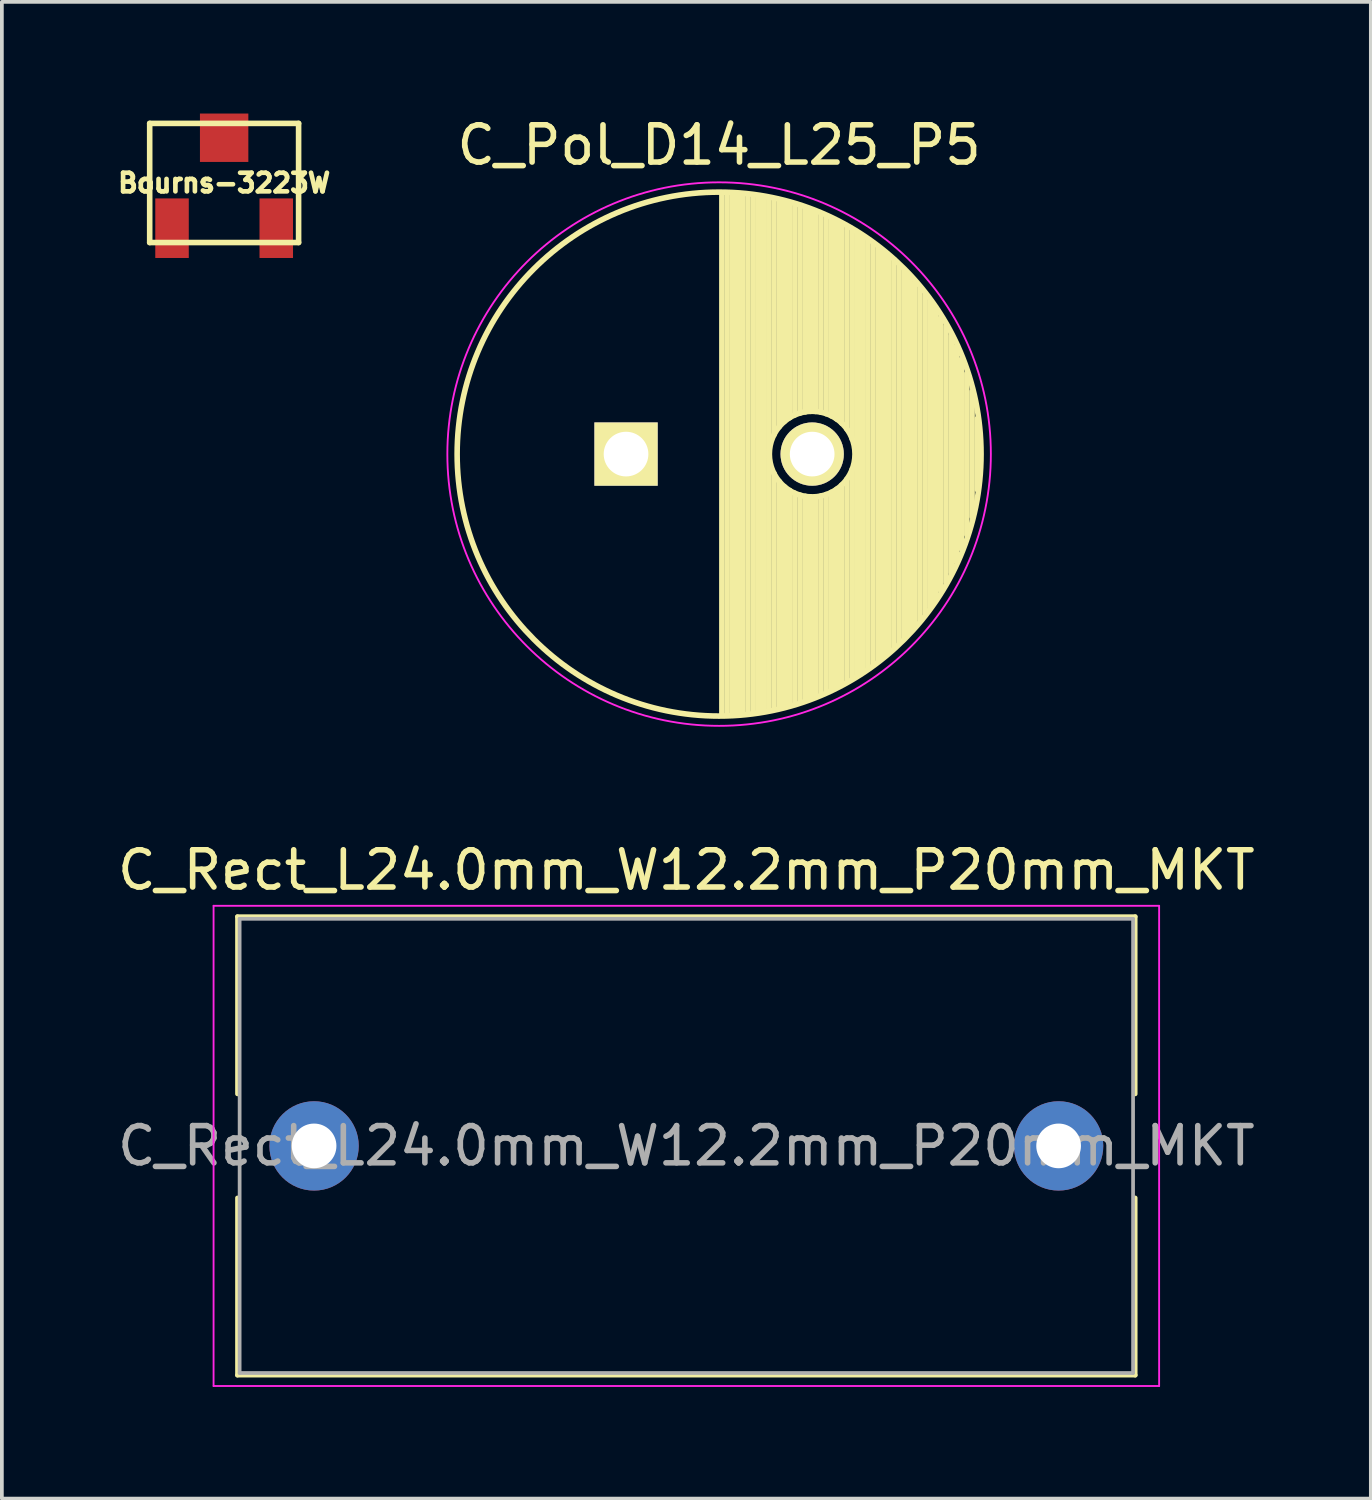
<source format=kicad_pcb>
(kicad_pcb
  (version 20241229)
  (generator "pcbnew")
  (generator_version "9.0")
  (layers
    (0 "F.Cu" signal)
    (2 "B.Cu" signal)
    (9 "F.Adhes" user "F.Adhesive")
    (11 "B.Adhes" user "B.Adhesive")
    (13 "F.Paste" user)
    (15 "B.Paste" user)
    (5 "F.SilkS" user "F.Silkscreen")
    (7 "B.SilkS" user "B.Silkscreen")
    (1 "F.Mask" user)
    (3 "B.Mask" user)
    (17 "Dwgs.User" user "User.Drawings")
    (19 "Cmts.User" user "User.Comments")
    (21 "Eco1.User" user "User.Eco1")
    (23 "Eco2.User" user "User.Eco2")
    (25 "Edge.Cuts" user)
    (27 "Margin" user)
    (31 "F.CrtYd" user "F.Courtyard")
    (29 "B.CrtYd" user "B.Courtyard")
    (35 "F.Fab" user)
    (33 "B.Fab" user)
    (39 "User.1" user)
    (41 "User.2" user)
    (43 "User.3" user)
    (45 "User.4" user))
  (footprint "C_Rect_L24.0mm_W12.2mm_P20mm_MKT"
    (layer "F.Cu")
    (at 4.137 27.732)
    (property "Reference" "C_Rect_L24.0mm_W12.2mm_P20mm_MKT" (at 11.25 -7.41 0) (layer "F.SilkS") (effects (font (size 1 1) (thickness 0.15))))
    (attr through_hole)
    (fp_line (start -0.81 -6.16) (end -0.81 -1.395) (stroke (width 0.12) (type solid)) (layer "F.SilkS"))
    (fp_line (start -0.81 -6.16) (end 23.31 -6.16) (stroke (width 0.12) (type solid)) (layer "F.SilkS"))
    (fp_line (start -0.81 1.395) (end -0.81 6.16) (stroke (width 0.12) (type solid)) (layer "F.SilkS"))
    (fp_line (start -0.81 6.16) (end 23.31 6.16) (stroke (width 0.12) (type solid)) (layer "F.SilkS"))
    (fp_line (start 23.31 -6.16) (end 23.31 -1.395) (stroke (width 0.12) (type solid)) (layer "F.SilkS"))
    (fp_line (start 23.31 1.395) (end 23.31 6.16) (stroke (width 0.12) (type solid)) (layer "F.SilkS"))
    (fp_line (start -1.45 -6.45) (end -1.45 6.45) (stroke (width 0.05) (type solid)) (layer "F.CrtYd"))
    (fp_line (start -1.45 6.45) (end 23.95 6.45) (stroke (width 0.05) (type solid)) (layer "F.CrtYd"))
    (fp_line (start 23.95 -6.45) (end -1.45 -6.45) (stroke (width 0.05) (type solid)) (layer "F.CrtYd"))
    (fp_line (start 23.95 6.45) (end 23.95 -6.45) (stroke (width 0.05) (type solid)) (layer "F.CrtYd"))
    (fp_line (start -0.75 -6.1) (end -0.75 6.1) (stroke (width 0.1) (type solid)) (layer "F.Fab"))
    (fp_line (start -0.75 6.1) (end 23.25 6.1) (stroke (width 0.1) (type solid)) (layer "F.Fab"))
    (fp_line (start 23.25 -6.1) (end -0.75 -6.1) (stroke (width 0.1) (type solid)) (layer "F.Fab"))
    (fp_line (start 23.25 6.1) (end 23.25 -6.1) (stroke (width 0.1) (type solid)) (layer "F.Fab"))
    (fp_text user "${REFERENCE}" (at 11.25 0 0) (layer "F.Fab") (effects (font (size 1 1) (thickness 0.15))))
    (pad "1" thru_hole circle (at 1.25 0) (size 2.4 2.4) (drill 1.2) (layers "*.Cu" "*.Mask"))
    (pad "2" thru_hole circle (at 21.25 0) (size 2.4 2.4) (drill 1.2) (layers "*.Cu" "*.Mask")))
  (footprint "Bourns-3223W"
    (layer "F.Cu")
    (at 2.971 1.865)
    (property "Reference" "Bourns-3223W" (at 0 0 0) (layer "F.SilkS") (effects (font (size 0.5 0.5) (thickness 0.125))))
    (attr through_hole)
    (fp_line (start -2 -1.6) (end -2 1.6) (stroke (width 0.15) (type solid)) (layer "F.SilkS"))
    (fp_line (start -2 1.6) (end 2 1.6) (stroke (width 0.15) (type solid)) (layer "F.SilkS"))
    (fp_line (start 2 -1.6) (end -2 -1.6) (stroke (width 0.15) (type solid)) (layer "F.SilkS"))
    (fp_line (start 2 1.6) (end 2 -1.6) (stroke (width 0.15) (type solid)) (layer "F.SilkS"))
    (pad "1" smd rect (at -1.4 1.215) (size 0.9 1.6) (layers "F.Cu" "F.Mask" "F.Paste"))
    (pad "2" smd rect (at 0 -1.215) (size 1.3 1.3) (layers "F.Cu" "F.Mask" "F.Paste"))
    (pad "3" smd rect (at 1.4 1.215) (size 0.9 1.6) (layers "F.Cu" "F.Mask" "F.Paste")))
  (footprint "C_Pol_D14_L25_P5"
    (layer "F.Cu")
    (at 13.767 9.148)
    (property "Reference" "C_Pol_D14_L25_P5" (at 2.5 -8.3 0) (layer "F.SilkS") (effects (font (size 1 1) (thickness 0.15))))
    (attr through_hole)
    (fp_line (start 2.575 -7) (end 2.575 7) (stroke (width 0.15) (type solid)) (layer "F.SilkS"))
    (fp_line (start 2.715 -6.997) (end 2.715 6.997) (stroke (width 0.15) (type solid)) (layer "F.SilkS"))
    (fp_line (start 2.855 -6.991) (end 2.855 6.991) (stroke (width 0.15) (type solid)) (layer "F.SilkS"))
    (fp_line (start 2.995 -6.982) (end 2.995 6.982) (stroke (width 0.15) (type solid)) (layer "F.SilkS"))
    (fp_line (start 3.135 -6.971) (end 3.135 6.971) (stroke (width 0.15) (type solid)) (layer "F.SilkS"))
    (fp_line (start 3.275 -6.957) (end 3.275 6.957) (stroke (width 0.15) (type solid)) (layer "F.SilkS"))
    (fp_line (start 3.415 -6.94) (end 3.415 6.94) (stroke (width 0.15) (type solid)) (layer "F.SilkS"))
    (fp_line (start 3.555 -6.92) (end 3.555 6.92) (stroke (width 0.15) (type solid)) (layer "F.SilkS"))
    (fp_line (start 3.695 -6.897) (end 3.695 6.897) (stroke (width 0.15) (type solid)) (layer "F.SilkS"))
    (fp_line (start 3.835 -6.872) (end 3.835 6.872) (stroke (width 0.15) (type solid)) (layer "F.SilkS"))
    (fp_line (start 3.975 -6.843) (end 3.975 -0.521) (stroke (width 0.15) (type solid)) (layer "F.SilkS"))
    (fp_line (start 3.975 0.521) (end 3.975 6.843) (stroke (width 0.15) (type solid)) (layer "F.SilkS"))
    (fp_line (start 4.115 -6.811) (end 4.115 -0.734) (stroke (width 0.15) (type solid)) (layer "F.SilkS"))
    (fp_line (start 4.115 0.734) (end 4.115 6.811) (stroke (width 0.15) (type solid)) (layer "F.SilkS"))
    (fp_line (start 4.255 -6.776) (end 4.255 -0.876) (stroke (width 0.15) (type solid)) (layer "F.SilkS"))
    (fp_line (start 4.255 0.876) (end 4.255 6.776) (stroke (width 0.15) (type solid)) (layer "F.SilkS"))
    (fp_line (start 4.395 -6.739) (end 4.395 -0.978) (stroke (width 0.15) (type solid)) (layer "F.SilkS"))
    (fp_line (start 4.395 0.978) (end 4.395 6.739) (stroke (width 0.15) (type solid)) (layer "F.SilkS"))
    (fp_line (start 4.535 -6.698) (end 4.535 -1.052) (stroke (width 0.15) (type solid)) (layer "F.SilkS"))
    (fp_line (start 4.535 1.052) (end 4.535 6.698) (stroke (width 0.15) (type solid)) (layer "F.SilkS"))
    (fp_line (start 4.675 -6.654) (end 4.675 -1.103) (stroke (width 0.15) (type solid)) (layer "F.SilkS"))
    (fp_line (start 4.675 1.103) (end 4.675 6.654) (stroke (width 0.15) (type solid)) (layer "F.SilkS"))
    (fp_line (start 4.815 -6.606) (end 4.815 -1.135) (stroke (width 0.15) (type solid)) (layer "F.SilkS"))
    (fp_line (start 4.815 1.135) (end 4.815 6.606) (stroke (width 0.15) (type solid)) (layer "F.SilkS"))
    (fp_line (start 4.955 -6.555) (end 4.955 -1.149) (stroke (width 0.15) (type solid)) (layer "F.SilkS"))
    (fp_line (start 4.955 1.149) (end 4.955 6.555) (stroke (width 0.15) (type solid)) (layer "F.SilkS"))
    (fp_line (start 5.095 -6.501) (end 5.095 -1.146) (stroke (width 0.15) (type solid)) (layer "F.SilkS"))
    (fp_line (start 5.095 1.146) (end 5.095 6.501) (stroke (width 0.15) (type solid)) (layer "F.SilkS"))
    (fp_line (start 5.235 -6.444) (end 5.235 -1.126) (stroke (width 0.15) (type solid)) (layer "F.SilkS"))
    (fp_line (start 5.235 1.126) (end 5.235 6.444) (stroke (width 0.15) (type solid)) (layer "F.SilkS"))
    (fp_line (start 5.375 -6.382) (end 5.375 -1.087) (stroke (width 0.15) (type solid)) (layer "F.SilkS"))
    (fp_line (start 5.375 1.087) (end 5.375 6.382) (stroke (width 0.15) (type solid)) (layer "F.SilkS"))
    (fp_line (start 5.515 -6.317) (end 5.515 -1.028) (stroke (width 0.15) (type solid)) (layer "F.SilkS"))
    (fp_line (start 5.515 1.028) (end 5.515 6.317) (stroke (width 0.15) (type solid)) (layer "F.SilkS"))
    (fp_line (start 5.655 -6.249) (end 5.655 -0.945) (stroke (width 0.15) (type solid)) (layer "F.SilkS"))
    (fp_line (start 5.655 0.945) (end 5.655 6.249) (stroke (width 0.15) (type solid)) (layer "F.SilkS"))
    (fp_line (start 5.795 -6.176) (end 5.795 -0.831) (stroke (width 0.15) (type solid)) (layer "F.SilkS"))
    (fp_line (start 5.795 0.831) (end 5.795 6.176) (stroke (width 0.15) (type solid)) (layer "F.SilkS"))
    (fp_line (start 5.935 -6.099) (end 5.935 -0.67) (stroke (width 0.15) (type solid)) (layer "F.SilkS"))
    (fp_line (start 5.935 0.67) (end 5.935 6.099) (stroke (width 0.15) (type solid)) (layer "F.SilkS"))
    (fp_line (start 6.075 -6.018) (end 6.075 -0.409) (stroke (width 0.15) (type solid)) (layer "F.SilkS"))
    (fp_line (start 6.075 0.409) (end 6.075 6.018) (stroke (width 0.15) (type solid)) (layer "F.SilkS"))
    (fp_line (start 6.215 -5.933) (end 6.215 5.933) (stroke (width 0.15) (type solid)) (layer "F.SilkS"))
    (fp_line (start 6.355 -5.843) (end 6.355 5.843) (stroke (width 0.15) (type solid)) (layer "F.SilkS"))
    (fp_line (start 6.495 -5.748) (end 6.495 5.748) (stroke (width 0.15) (type solid)) (layer "F.SilkS"))
    (fp_line (start 6.635 -5.648) (end 6.635 5.648) (stroke (width 0.15) (type solid)) (layer "F.SilkS"))
    (fp_line (start 6.775 -5.543) (end 6.775 5.543) (stroke (width 0.15) (type solid)) (layer "F.SilkS"))
    (fp_line (start 6.915 -5.432) (end 6.915 5.432) (stroke (width 0.15) (type solid)) (layer "F.SilkS"))
    (fp_line (start 7.055 -5.315) (end 7.055 5.315) (stroke (width 0.15) (type solid)) (layer "F.SilkS"))
    (fp_line (start 7.195 -5.192) (end 7.195 5.192) (stroke (width 0.15) (type solid)) (layer "F.SilkS"))
    (fp_line (start 7.335 -5.062) (end 7.335 5.062) (stroke (width 0.15) (type solid)) (layer "F.SilkS"))
    (fp_line (start 7.475 -4.924) (end 7.475 4.924) (stroke (width 0.15) (type solid)) (layer "F.SilkS"))
    (fp_line (start 7.615 -4.779) (end 7.615 4.779) (stroke (width 0.15) (type solid)) (layer "F.SilkS"))
    (fp_line (start 7.755 -4.624) (end 7.755 4.624) (stroke (width 0.15) (type solid)) (layer "F.SilkS"))
    (fp_line (start 7.895 -4.46) (end 7.895 4.46) (stroke (width 0.15) (type solid)) (layer "F.SilkS"))
    (fp_line (start 8.035 -4.285) (end 8.035 4.285) (stroke (width 0.15) (type solid)) (layer "F.SilkS"))
    (fp_line (start 8.175 -4.098) (end 8.175 4.098) (stroke (width 0.15) (type solid)) (layer "F.SilkS"))
    (fp_line (start 8.315 -3.897) (end 8.315 3.897) (stroke (width 0.15) (type solid)) (layer "F.SilkS"))
    (fp_line (start 8.455 -3.679) (end 8.455 3.679) (stroke (width 0.15) (type solid)) (layer "F.SilkS"))
    (fp_line (start 8.595 -3.443) (end 8.595 3.443) (stroke (width 0.15) (type solid)) (layer "F.SilkS"))
    (fp_line (start 8.735 -3.182) (end 8.735 3.182) (stroke (width 0.15) (type solid)) (layer "F.SilkS"))
    (fp_line (start 8.875 -2.891) (end 8.875 2.891) (stroke (width 0.15) (type solid)) (layer "F.SilkS"))
    (fp_line (start 9.015 -2.56) (end 9.015 2.56) (stroke (width 0.15) (type solid)) (layer "F.SilkS"))
    (fp_line (start 9.155 -2.17) (end 9.155 2.17) (stroke (width 0.15) (type solid)) (layer "F.SilkS"))
    (fp_line (start 9.295 -1.682) (end 9.295 1.682) (stroke (width 0.15) (type solid)) (layer "F.SilkS"))
    (fp_line (start 9.435 -0.952) (end 9.435 0.952) (stroke (width 0.15) (type solid)) (layer "F.SilkS"))
    (fp_circle (center 2.5 0) (end 2.5 -7.037) (stroke (width 0.15) (type solid)) (fill no) (layer "F.SilkS"))
    (fp_circle (center 5 0) (end 5 -1.15) (stroke (width 0.15) (type solid)) (fill no) (layer "F.SilkS"))
    (fp_circle (center 2.5 0) (end 2.5 -7.3) (stroke (width 0.05) (type solid)) (fill no) (layer "F.CrtYd"))
    (pad "1" thru_hole rect (at 0 0) (size 1.7 1.7) (drill 1.2) (layers "*.Cu" "*.Mask" "F.SilkS"))
    (pad "2" thru_hole circle (at 5 0) (size 1.7 1.7) (drill 1.2) (layers "*.Cu" "*.Mask" "F.SilkS")))
  (gr_rect
    (start -3 -3)
    (end 33.774 37.206)
    (stroke (width 0.1) (type default))
    (fill no)
    (layer "Edge.Cuts")))
</source>
